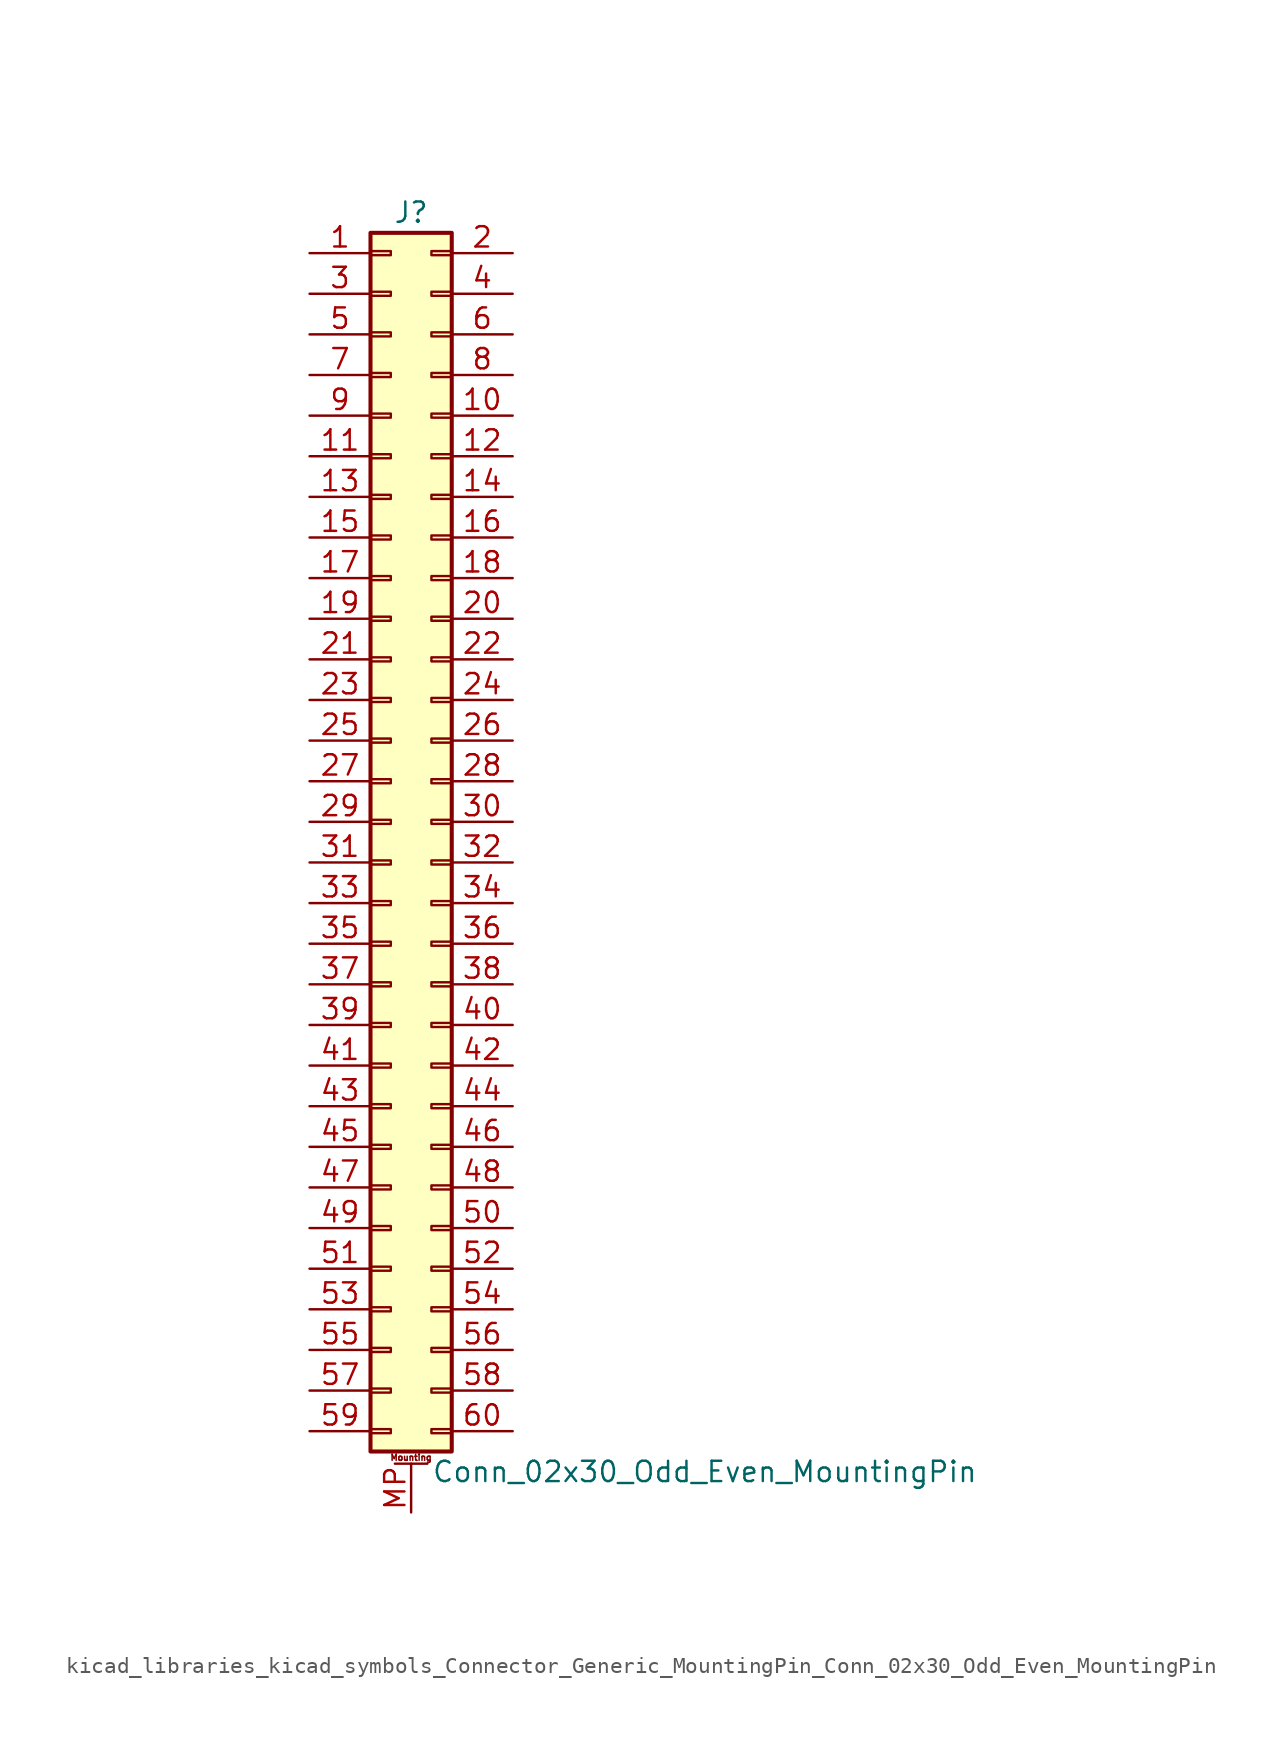
<source format=kicad_sym>
(kicad_symbol_lib
  (version 20220914)
  (generator kicad_symbol_editor)
  (symbol "kicad_libraries_kicad_symbols_Connector_Generic_MountingPin_Conn_02x30_Odd_Even_MountingPin"
    (pin_names
      (offset 1.016) hide)
    (property "Reference" "J"
      (at 1.27 38.1 0)
      (effects (font (size 1.27 1.27))))
    (property "Value" "Conn_02x30_Odd_Even_MountingPin"
      (at 2.54 -40.64 0)
      (effects (font (size 1.27 1.27)) (justify left)))
    (symbol "kicad_libraries_kicad_symbols_Connector_Generic_MountingPin_Conn_02x30_Odd_Even_MountingPin_1_1"
      (rectangle (start -1.27 -37.973) (end 0 -38.227) (stroke (width 0.152) (type default)) (fill (type none)))
      (rectangle (start -1.27 -35.433) (end 0 -35.687) (stroke (width 0.152) (type default)) (fill (type none)))
      (rectangle (start -1.27 -32.893) (end 0 -33.147) (stroke (width 0.152) (type default)) (fill (type none)))
      (rectangle (start -1.27 -30.353) (end 0 -30.607) (stroke (width 0.152) (type default)) (fill (type none)))
      (rectangle (start -1.27 -27.813) (end 0 -28.067) (stroke (width 0.152) (type default)) (fill (type none)))
      (rectangle (start -1.27 -25.273) (end 0 -25.527) (stroke (width 0.152) (type default)) (fill (type none)))
      (rectangle (start -1.27 -22.733) (end 0 -22.987) (stroke (width 0.152) (type default)) (fill (type none)))
      (rectangle (start -1.27 -20.193) (end 0 -20.447) (stroke (width 0.152) (type default)) (fill (type none)))
      (rectangle (start -1.27 -17.653) (end 0 -17.907) (stroke (width 0.152) (type default)) (fill (type none)))
      (rectangle (start -1.27 -15.113) (end 0 -15.367) (stroke (width 0.152) (type default)) (fill (type none)))
      (rectangle (start -1.27 -12.573) (end 0 -12.827) (stroke (width 0.152) (type default)) (fill (type none)))
      (rectangle (start -1.27 -10.033) (end 0 -10.287) (stroke (width 0.152) (type default)) (fill (type none)))
      (rectangle (start -1.27 -7.493) (end 0 -7.747) (stroke (width 0.152) (type default)) (fill (type none)))
      (rectangle (start -1.27 -4.953) (end 0 -5.207) (stroke (width 0.152) (type default)) (fill (type none)))
      (rectangle (start -1.27 -2.413) (end 0 -2.667) (stroke (width 0.152) (type default)) (fill (type none)))
      (rectangle (start -1.27 0.127) (end 0 -0.127) (stroke (width 0.152) (type default)) (fill (type none)))
      (rectangle (start -1.27 2.667) (end 0 2.413) (stroke (width 0.152) (type default)) (fill (type none)))
      (rectangle (start -1.27 5.207) (end 0 4.953) (stroke (width 0.152) (type default)) (fill (type none)))
      (rectangle (start -1.27 7.747) (end 0 7.493) (stroke (width 0.152) (type default)) (fill (type none)))
      (rectangle (start -1.27 10.287) (end 0 10.033) (stroke (width 0.152) (type default)) (fill (type none)))
      (rectangle (start -1.27 12.827) (end 0 12.573) (stroke (width 0.152) (type default)) (fill (type none)))
      (rectangle (start -1.27 15.367) (end 0 15.113) (stroke (width 0.152) (type default)) (fill (type none)))
      (rectangle (start -1.27 17.907) (end 0 17.653) (stroke (width 0.152) (type default)) (fill (type none)))
      (rectangle (start -1.27 20.447) (end 0 20.193) (stroke (width 0.152) (type default)) (fill (type none)))
      (rectangle (start -1.27 22.987) (end 0 22.733) (stroke (width 0.152) (type default)) (fill (type none)))
      (rectangle (start -1.27 25.527) (end 0 25.273) (stroke (width 0.152) (type default)) (fill (type none)))
      (rectangle (start -1.27 28.067) (end 0 27.813) (stroke (width 0.152) (type default)) (fill (type none)))
      (rectangle (start -1.27 30.607) (end 0 30.353) (stroke (width 0.152) (type default)) (fill (type none)))
      (rectangle (start -1.27 33.147) (end 0 32.893) (stroke (width 0.152) (type default)) (fill (type none)))
      (rectangle (start -1.27 35.687) (end 0 35.433) (stroke (width 0.152) (type default)) (fill (type none)))
      (rectangle (start -1.27 36.83) (end 3.81 -39.37) (stroke (width 0.254) (type default)) (fill (type background)))
      (polyline (pts (xy 0.254 -40.132) (xy 2.286 -40.132)) (stroke (width 0.152) (type default)) (fill (type none)))
      (rectangle (start 3.81 -37.973) (end 2.54 -38.227) (stroke (width 0.152) (type default)) (fill (type none)))
      (rectangle (start 3.81 -35.433) (end 2.54 -35.687) (stroke (width 0.152) (type default)) (fill (type none)))
      (rectangle (start 3.81 -32.893) (end 2.54 -33.147) (stroke (width 0.152) (type default)) (fill (type none)))
      (rectangle (start 3.81 -30.353) (end 2.54 -30.607) (stroke (width 0.152) (type default)) (fill (type none)))
      (rectangle (start 3.81 -27.813) (end 2.54 -28.067) (stroke (width 0.152) (type default)) (fill (type none)))
      (rectangle (start 3.81 -25.273) (end 2.54 -25.527) (stroke (width 0.152) (type default)) (fill (type none)))
      (rectangle (start 3.81 -22.733) (end 2.54 -22.987) (stroke (width 0.152) (type default)) (fill (type none)))
      (rectangle (start 3.81 -20.193) (end 2.54 -20.447) (stroke (width 0.152) (type default)) (fill (type none)))
      (rectangle (start 3.81 -17.653) (end 2.54 -17.907) (stroke (width 0.152) (type default)) (fill (type none)))
      (rectangle (start 3.81 -15.113) (end 2.54 -15.367) (stroke (width 0.152) (type default)) (fill (type none)))
      (rectangle (start 3.81 -12.573) (end 2.54 -12.827) (stroke (width 0.152) (type default)) (fill (type none)))
      (rectangle (start 3.81 -10.033) (end 2.54 -10.287) (stroke (width 0.152) (type default)) (fill (type none)))
      (rectangle (start 3.81 -7.493) (end 2.54 -7.747) (stroke (width 0.152) (type default)) (fill (type none)))
      (rectangle (start 3.81 -4.953) (end 2.54 -5.207) (stroke (width 0.152) (type default)) (fill (type none)))
      (rectangle (start 3.81 -2.413) (end 2.54 -2.667) (stroke (width 0.152) (type default)) (fill (type none)))
      (rectangle (start 3.81 0.127) (end 2.54 -0.127) (stroke (width 0.152) (type default)) (fill (type none)))
      (rectangle (start 3.81 2.667) (end 2.54 2.413) (stroke (width 0.152) (type default)) (fill (type none)))
      (rectangle (start 3.81 5.207) (end 2.54 4.953) (stroke (width 0.152) (type default)) (fill (type none)))
      (rectangle (start 3.81 7.747) (end 2.54 7.493) (stroke (width 0.152) (type default)) (fill (type none)))
      (rectangle (start 3.81 10.287) (end 2.54 10.033) (stroke (width 0.152) (type default)) (fill (type none)))
      (rectangle (start 3.81 12.827) (end 2.54 12.573) (stroke (width 0.152) (type default)) (fill (type none)))
      (rectangle (start 3.81 15.367) (end 2.54 15.113) (stroke (width 0.152) (type default)) (fill (type none)))
      (rectangle (start 3.81 17.907) (end 2.54 17.653) (stroke (width 0.152) (type default)) (fill (type none)))
      (rectangle (start 3.81 20.447) (end 2.54 20.193) (stroke (width 0.152) (type default)) (fill (type none)))
      (rectangle (start 3.81 22.987) (end 2.54 22.733) (stroke (width 0.152) (type default)) (fill (type none)))
      (rectangle (start 3.81 25.527) (end 2.54 25.273) (stroke (width 0.152) (type default)) (fill (type none)))
      (rectangle (start 3.81 28.067) (end 2.54 27.813) (stroke (width 0.152) (type default)) (fill (type none)))
      (rectangle (start 3.81 30.607) (end 2.54 30.353) (stroke (width 0.152) (type default)) (fill (type none)))
      (rectangle (start 3.81 33.147) (end 2.54 32.893) (stroke (width 0.152) (type default)) (fill (type none)))
      (rectangle (start 3.81 35.687) (end 2.54 35.433) (stroke (width 0.152) (type default)) (fill (type none)))
      (text "Mounting" (at 1.27 -39.751 0) (effects (font (size 0.381 0.381))))
      (pin passive line (at -5.08 35.56 0) (length 3.81) (name "Pin_1" (effects (font (size 1.27 1.27)))) (number "1" (effects (font (size 1.27 1.27)))))
      (pin passive line (at 7.62 25.4 180) (length 3.81) (name "Pin_10" (effects (font (size 1.27 1.27)))) (number "10" (effects (font (size 1.27 1.27)))))
      (pin passive line (at -5.08 22.86 0) (length 3.81) (name "Pin_11" (effects (font (size 1.27 1.27)))) (number "11" (effects (font (size 1.27 1.27)))))
      (pin passive line (at 7.62 22.86 180) (length 3.81) (name "Pin_12" (effects (font (size 1.27 1.27)))) (number "12" (effects (font (size 1.27 1.27)))))
      (pin passive line (at -5.08 20.32 0) (length 3.81) (name "Pin_13" (effects (font (size 1.27 1.27)))) (number "13" (effects (font (size 1.27 1.27)))))
      (pin passive line (at 7.62 20.32 180) (length 3.81) (name "Pin_14" (effects (font (size 1.27 1.27)))) (number "14" (effects (font (size 1.27 1.27)))))
      (pin passive line (at -5.08 17.78 0) (length 3.81) (name "Pin_15" (effects (font (size 1.27 1.27)))) (number "15" (effects (font (size 1.27 1.27)))))
      (pin passive line (at 7.62 17.78 180) (length 3.81) (name "Pin_16" (effects (font (size 1.27 1.27)))) (number "16" (effects (font (size 1.27 1.27)))))
      (pin passive line (at -5.08 15.24 0) (length 3.81) (name "Pin_17" (effects (font (size 1.27 1.27)))) (number "17" (effects (font (size 1.27 1.27)))))
      (pin passive line (at 7.62 15.24 180) (length 3.81) (name "Pin_18" (effects (font (size 1.27 1.27)))) (number "18" (effects (font (size 1.27 1.27)))))
      (pin passive line (at -5.08 12.7 0) (length 3.81) (name "Pin_19" (effects (font (size 1.27 1.27)))) (number "19" (effects (font (size 1.27 1.27)))))
      (pin passive line (at 7.62 35.56 180) (length 3.81) (name "Pin_2" (effects (font (size 1.27 1.27)))) (number "2" (effects (font (size 1.27 1.27)))))
      (pin passive line (at 7.62 12.7 180) (length 3.81) (name "Pin_20" (effects (font (size 1.27 1.27)))) (number "20" (effects (font (size 1.27 1.27)))))
      (pin passive line (at -5.08 10.16 0) (length 3.81) (name "Pin_21" (effects (font (size 1.27 1.27)))) (number "21" (effects (font (size 1.27 1.27)))))
      (pin passive line (at 7.62 10.16 180) (length 3.81) (name "Pin_22" (effects (font (size 1.27 1.27)))) (number "22" (effects (font (size 1.27 1.27)))))
      (pin passive line (at -5.08 7.62 0) (length 3.81) (name "Pin_23" (effects (font (size 1.27 1.27)))) (number "23" (effects (font (size 1.27 1.27)))))
      (pin passive line (at 7.62 7.62 180) (length 3.81) (name "Pin_24" (effects (font (size 1.27 1.27)))) (number "24" (effects (font (size 1.27 1.27)))))
      (pin passive line (at -5.08 5.08 0) (length 3.81) (name "Pin_25" (effects (font (size 1.27 1.27)))) (number "25" (effects (font (size 1.27 1.27)))))
      (pin passive line (at 7.62 5.08 180) (length 3.81) (name "Pin_26" (effects (font (size 1.27 1.27)))) (number "26" (effects (font (size 1.27 1.27)))))
      (pin passive line (at -5.08 2.54 0) (length 3.81) (name "Pin_27" (effects (font (size 1.27 1.27)))) (number "27" (effects (font (size 1.27 1.27)))))
      (pin passive line (at 7.62 2.54 180) (length 3.81) (name "Pin_28" (effects (font (size 1.27 1.27)))) (number "28" (effects (font (size 1.27 1.27)))))
      (pin passive line (at -5.08 0 0) (length 3.81) (name "Pin_29" (effects (font (size 1.27 1.27)))) (number "29" (effects (font (size 1.27 1.27)))))
      (pin passive line (at -5.08 33.02 0) (length 3.81) (name "Pin_3" (effects (font (size 1.27 1.27)))) (number "3" (effects (font (size 1.27 1.27)))))
      (pin passive line (at 7.62 0 180) (length 3.81) (name "Pin_30" (effects (font (size 1.27 1.27)))) (number "30" (effects (font (size 1.27 1.27)))))
      (pin passive line (at -5.08 -2.54 0) (length 3.81) (name "Pin_31" (effects (font (size 1.27 1.27)))) (number "31" (effects (font (size 1.27 1.27)))))
      (pin passive line (at 7.62 -2.54 180) (length 3.81) (name "Pin_32" (effects (font (size 1.27 1.27)))) (number "32" (effects (font (size 1.27 1.27)))))
      (pin passive line (at -5.08 -5.08 0) (length 3.81) (name "Pin_33" (effects (font (size 1.27 1.27)))) (number "33" (effects (font (size 1.27 1.27)))))
      (pin passive line (at 7.62 -5.08 180) (length 3.81) (name "Pin_34" (effects (font (size 1.27 1.27)))) (number "34" (effects (font (size 1.27 1.27)))))
      (pin passive line (at -5.08 -7.62 0) (length 3.81) (name "Pin_35" (effects (font (size 1.27 1.27)))) (number "35" (effects (font (size 1.27 1.27)))))
      (pin passive line (at 7.62 -7.62 180) (length 3.81) (name "Pin_36" (effects (font (size 1.27 1.27)))) (number "36" (effects (font (size 1.27 1.27)))))
      (pin passive line (at -5.08 -10.16 0) (length 3.81) (name "Pin_37" (effects (font (size 1.27 1.27)))) (number "37" (effects (font (size 1.27 1.27)))))
      (pin passive line (at 7.62 -10.16 180) (length 3.81) (name "Pin_38" (effects (font (size 1.27 1.27)))) (number "38" (effects (font (size 1.27 1.27)))))
      (pin passive line (at -5.08 -12.7 0) (length 3.81) (name "Pin_39" (effects (font (size 1.27 1.27)))) (number "39" (effects (font (size 1.27 1.27)))))
      (pin passive line (at 7.62 33.02 180) (length 3.81) (name "Pin_4" (effects (font (size 1.27 1.27)))) (number "4" (effects (font (size 1.27 1.27)))))
      (pin passive line (at 7.62 -12.7 180) (length 3.81) (name "Pin_40" (effects (font (size 1.27 1.27)))) (number "40" (effects (font (size 1.27 1.27)))))
      (pin passive line (at -5.08 -15.24 0) (length 3.81) (name "Pin_41" (effects (font (size 1.27 1.27)))) (number "41" (effects (font (size 1.27 1.27)))))
      (pin passive line (at 7.62 -15.24 180) (length 3.81) (name "Pin_42" (effects (font (size 1.27 1.27)))) (number "42" (effects (font (size 1.27 1.27)))))
      (pin passive line (at -5.08 -17.78 0) (length 3.81) (name "Pin_43" (effects (font (size 1.27 1.27)))) (number "43" (effects (font (size 1.27 1.27)))))
      (pin passive line (at 7.62 -17.78 180) (length 3.81) (name "Pin_44" (effects (font (size 1.27 1.27)))) (number "44" (effects (font (size 1.27 1.27)))))
      (pin passive line (at -5.08 -20.32 0) (length 3.81) (name "Pin_45" (effects (font (size 1.27 1.27)))) (number "45" (effects (font (size 1.27 1.27)))))
      (pin passive line (at 7.62 -20.32 180) (length 3.81) (name "Pin_46" (effects (font (size 1.27 1.27)))) (number "46" (effects (font (size 1.27 1.27)))))
      (pin passive line (at -5.08 -22.86 0) (length 3.81) (name "Pin_47" (effects (font (size 1.27 1.27)))) (number "47" (effects (font (size 1.27 1.27)))))
      (pin passive line (at 7.62 -22.86 180) (length 3.81) (name "Pin_48" (effects (font (size 1.27 1.27)))) (number "48" (effects (font (size 1.27 1.27)))))
      (pin passive line (at -5.08 -25.4 0) (length 3.81) (name "Pin_49" (effects (font (size 1.27 1.27)))) (number "49" (effects (font (size 1.27 1.27)))))
      (pin passive line (at -5.08 30.48 0) (length 3.81) (name "Pin_5" (effects (font (size 1.27 1.27)))) (number "5" (effects (font (size 1.27 1.27)))))
      (pin passive line (at 7.62 -25.4 180) (length 3.81) (name "Pin_50" (effects (font (size 1.27 1.27)))) (number "50" (effects (font (size 1.27 1.27)))))
      (pin passive line (at -5.08 -27.94 0) (length 3.81) (name "Pin_51" (effects (font (size 1.27 1.27)))) (number "51" (effects (font (size 1.27 1.27)))))
      (pin passive line (at 7.62 -27.94 180) (length 3.81) (name "Pin_52" (effects (font (size 1.27 1.27)))) (number "52" (effects (font (size 1.27 1.27)))))
      (pin passive line (at -5.08 -30.48 0) (length 3.81) (name "Pin_53" (effects (font (size 1.27 1.27)))) (number "53" (effects (font (size 1.27 1.27)))))
      (pin passive line (at 7.62 -30.48 180) (length 3.81) (name "Pin_54" (effects (font (size 1.27 1.27)))) (number "54" (effects (font (size 1.27 1.27)))))
      (pin passive line (at -5.08 -33.02 0) (length 3.81) (name "Pin_55" (effects (font (size 1.27 1.27)))) (number "55" (effects (font (size 1.27 1.27)))))
      (pin passive line (at 7.62 -33.02 180) (length 3.81) (name "Pin_56" (effects (font (size 1.27 1.27)))) (number "56" (effects (font (size 1.27 1.27)))))
      (pin passive line (at -5.08 -35.56 0) (length 3.81) (name "Pin_57" (effects (font (size 1.27 1.27)))) (number "57" (effects (font (size 1.27 1.27)))))
      (pin passive line (at 7.62 -35.56 180) (length 3.81) (name "Pin_58" (effects (font (size 1.27 1.27)))) (number "58" (effects (font (size 1.27 1.27)))))
      (pin passive line (at -5.08 -38.1 0) (length 3.81) (name "Pin_59" (effects (font (size 1.27 1.27)))) (number "59" (effects (font (size 1.27 1.27)))))
      (pin passive line (at 7.62 30.48 180) (length 3.81) (name "Pin_6" (effects (font (size 1.27 1.27)))) (number "6" (effects (font (size 1.27 1.27)))))
      (pin passive line (at 7.62 -38.1 180) (length 3.81) (name "Pin_60" (effects (font (size 1.27 1.27)))) (number "60" (effects (font (size 1.27 1.27)))))
      (pin passive line (at -5.08 27.94 0) (length 3.81) (name "Pin_7" (effects (font (size 1.27 1.27)))) (number "7" (effects (font (size 1.27 1.27)))))
      (pin passive line (at 7.62 27.94 180) (length 3.81) (name "Pin_8" (effects (font (size 1.27 1.27)))) (number "8" (effects (font (size 1.27 1.27)))))
      (pin passive line (at -5.08 25.4 0) (length 3.81) (name "Pin_9" (effects (font (size 1.27 1.27)))) (number "9" (effects (font (size 1.27 1.27)))))
      (pin passive line (at 1.27 -43.18 90) (length 3.048) (name "MountPin" (effects (font (size 1.27 1.27)))) (number "MP" (effects (font (size 1.27 1.27))))))))
</source>
